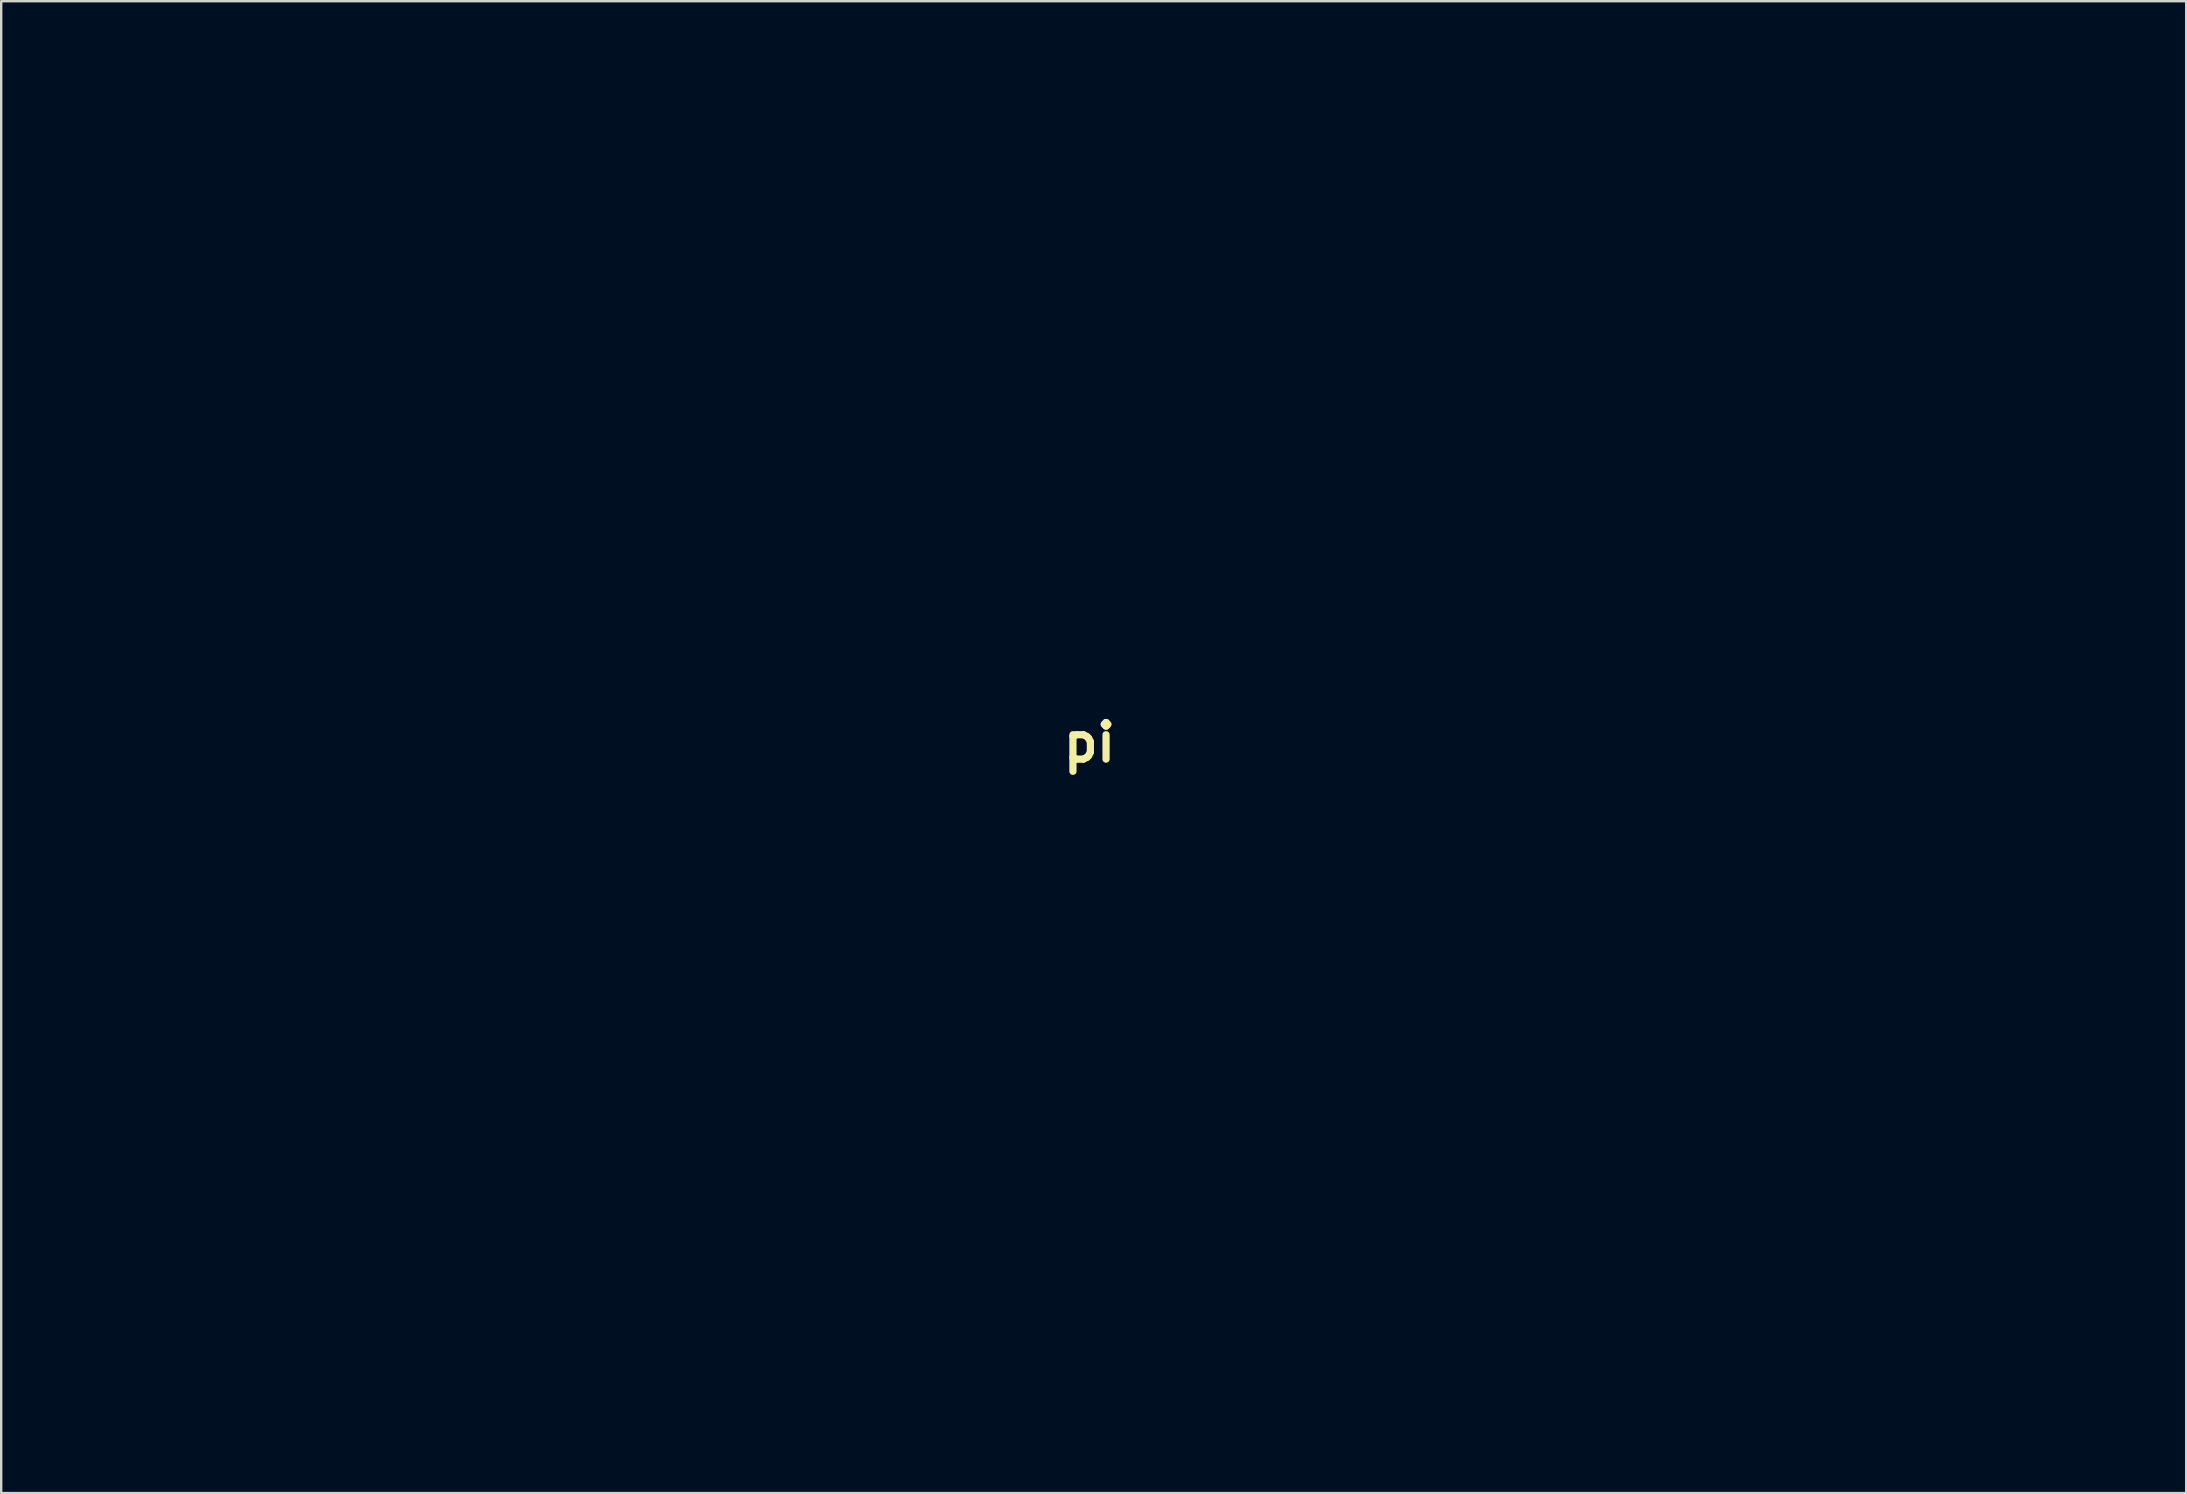
<source format=kicad_pcb>
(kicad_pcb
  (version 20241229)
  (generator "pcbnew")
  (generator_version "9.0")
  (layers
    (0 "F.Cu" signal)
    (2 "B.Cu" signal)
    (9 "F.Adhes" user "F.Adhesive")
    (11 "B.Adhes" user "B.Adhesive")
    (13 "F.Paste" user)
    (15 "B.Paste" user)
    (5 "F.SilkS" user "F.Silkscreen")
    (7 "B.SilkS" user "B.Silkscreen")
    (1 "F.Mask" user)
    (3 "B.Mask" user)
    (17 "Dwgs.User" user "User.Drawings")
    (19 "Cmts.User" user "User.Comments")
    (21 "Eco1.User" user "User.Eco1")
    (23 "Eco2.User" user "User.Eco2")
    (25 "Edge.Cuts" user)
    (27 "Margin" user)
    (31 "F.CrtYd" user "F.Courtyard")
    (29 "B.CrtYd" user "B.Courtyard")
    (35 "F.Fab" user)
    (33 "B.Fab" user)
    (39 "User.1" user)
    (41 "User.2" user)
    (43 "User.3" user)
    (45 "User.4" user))
  (footprint "pi"
    (layer "F.Cu")
    (at 42.338 27.885)
    (property "Reference" "pi" (at 0 0 0) (layer "F.SilkS") (effects (font (size 1.524 1.524) (thickness 0.3))))
    (attr through_hole)
    (fp_poly (pts (xy -31.028 20.84) (xy -30.865 21.414) (xy -30.912 21.591) (xy -31.377 21.868) (xy -31.899 21.742) (xy -32.103 21.364) (xy -31.888 20.769) (xy -31.428 20.569) (xy -31.028 20.84)) (stroke (width 0.01) (type solid)) (fill no) (layer "Eco1.User"))
    (fp_poly (pts (xy -16.326 5.586) (xy -16.228 5.997) (xy -16.448 6.572) (xy -16.757 6.703) (xy -17.188 6.409) (xy -17.286 5.997) (xy -17.066 5.423) (xy -16.757 5.292) (xy -16.326 5.586)) (stroke (width 0.01) (type solid)) (fill no) (layer "Eco1.User"))
    (fp_poly (pts (xy -11.034 5.586) (xy -10.936 5.997) (xy -11.157 6.572) (xy -11.465 6.703) (xy -11.896 6.409) (xy -11.994 5.997) (xy -11.774 5.423) (xy -11.465 5.292) (xy -11.034 5.586)) (stroke (width 0.01) (type solid)) (fill no) (layer "Eco1.User"))
    (fp_poly (pts (xy 4.149 -0.086) (xy 4.17 0.413) (xy 3.905 1.123) (xy 3.524 1.323) (xy 3.229 0.983) (xy 3.175 0.559) (xy 3.36 -0.181) (xy 3.729 -0.353) (xy 4.149 -0.086)) (stroke (width 0.01) (type solid)) (fill no) (layer "Eco1.User"))
    (fp_poly (pts (xy 9.041 -13.185) (xy 9.172 -12.876) (xy 8.878 -12.445) (xy 8.467 -12.347) (xy 7.892 -12.568) (xy 7.761 -12.876) (xy 8.055 -13.307) (xy 8.467 -13.406) (xy 9.041 -13.185)) (stroke (width 0.01) (type solid)) (fill no) (layer "Eco1.User"))
    (fp_poly (pts (xy 9.256 -17.929) (xy 9.349 -17.639) (xy 9.055 -17.141) (xy 8.731 -17) (xy 8.231 -17.123) (xy 8.114 -17.639) (xy 8.292 -18.218) (xy 8.731 -18.277) (xy 9.256 -17.929)) (stroke (width 0.01) (type solid)) (fill no) (layer "Eco1.User"))
    (fp_poly (pts (xy 15.771 1.012) (xy 15.875 1.587) (xy 15.691 2.297) (xy 15.346 2.469) (xy 14.92 2.163) (xy 14.817 1.587) (xy 15.001 0.878) (xy 15.346 0.706) (xy 15.771 1.012)) (stroke (width 0.01) (type solid)) (fill no) (layer "Eco1.User"))
    (fp_poly (pts (xy 16.465 27.738) (xy 16.513 27.843) (xy 16.343 28.165) (xy 16.051 28.222) (xy 15.612 28.043) (xy 15.59 27.843) (xy 15.954 27.479) (xy 16.051 27.464) (xy 16.465 27.738)) (stroke (width 0.01) (type solid)) (fill no) (layer "Eco1.User"))
    (fp_poly (pts (xy 22.538 27.45) (xy 22.578 27.693) (xy 22.387 28.163) (xy 22.225 28.222) (xy 21.912 27.936) (xy 21.872 27.693) (xy 22.063 27.224) (xy 22.225 27.164) (xy 22.538 27.45)) (stroke (width 0.01) (type solid)) (fill no) (layer "Eco1.User"))
    (fp_poly (pts (xy -13.108 -20.87) (xy -12.79 -20.495) (xy -12.803 -20.329) (xy -13.238 -19.906) (xy -13.884 -19.848) (xy -14.294 -20.12) (xy -14.319 -20.697) (xy -14.21 -20.856) (xy -13.69 -21.03) (xy -13.108 -20.87)) (stroke (width 0.01) (type solid)) (fill no) (layer "Eco1.User"))
    (fp_poly (pts (xy -9.497 -24.785) (xy -9.4 -24.71) (xy -9.277 -24.201) (xy -9.582 -23.732) (xy -9.878 -23.636) (xy -10.329 -23.893) (xy -10.431 -24.028) (xy -10.414 -24.485) (xy -10 -24.804) (xy -9.497 -24.785)) (stroke (width 0.01) (type solid)) (fill no) (layer "Eco1.User"))
    (fp_poly (pts (xy 6.959 18.637) (xy 7.056 19.029) (xy 6.89 19.713) (xy 6.51 19.992) (xy 6.223 19.864) (xy 5.993 19.296) (xy 6.102 18.674) (xy 6.48 18.347) (xy 6.526 18.344) (xy 6.959 18.637)) (stroke (width 0.01) (type solid)) (fill no) (layer "Eco1.User"))
    (fp_poly (pts (xy 14.692 13.984) (xy 14.817 14.287) (xy 14.536 14.687) (xy 13.926 14.824) (xy 13.339 14.629) (xy 13.298 14.591) (xy 13.205 14.167) (xy 13.637 13.838) (xy 14.132 13.758) (xy 14.692 13.984)) (stroke (width 0.01) (type solid)) (fill no) (layer "Eco1.User"))
    (fp_poly (pts (xy -13.847 -12.635) (xy -13.101 -12.377) (xy -12.876 -11.994) (xy -13.192 -11.551) (xy -13.847 -11.354) (xy -14.558 -11.374) (xy -14.804 -11.757) (xy -14.817 -11.994) (xy -14.685 -12.531) (xy -14.155 -12.661) (xy -13.847 -12.635)) (stroke (width 0.01) (type solid)) (fill no) (layer "Eco1.User"))
    (fp_poly (pts (xy -0.685 21.564) (xy -0.47 22.313) (xy -0.517 23.021) (xy -0.937 23.266) (xy -1.279 23.283) (xy -1.909 23.178) (xy -2.081 22.719) (xy -2.052 22.313) (xy -1.793 21.554) (xy -1.242 21.343) (xy -0.685 21.564)) (stroke (width 0.01) (type solid)) (fill no) (layer "Eco1.User"))
    (fp_poly (pts (xy 11.19 8.612) (xy 11.336 8.725) (xy 11.56 9.305) (xy 11.405 9.924) (xy 10.964 10.23) (xy 10.936 10.231) (xy 10.501 9.947) (xy 10.349 9.678) (xy 10.334 9.026) (xy 10.685 8.603) (xy 11.19 8.612)) (stroke (width 0.01) (type solid)) (fill no) (layer "Eco1.User"))
    (fp_poly (pts (xy 17.31 -12.311) (xy 17.575 -11.721) (xy 17.548 -11.172) (xy 17.122 -10.961) (xy 16.581 -10.936) (xy 15.817 -11.011) (xy 15.566 -11.335) (xy 15.586 -11.721) (xy 15.895 -12.345) (xy 16.581 -12.507) (xy 17.31 -12.311)) (stroke (width 0.01) (type solid)) (fill no) (layer "Eco1.User"))
    (fp_poly (pts (xy 14.26 0.856) (xy 14.461 1.442) (xy 14.464 1.587) (xy 14.321 2.256) (xy 13.753 2.465) (xy 13.571 2.469) (xy 12.822 2.289) (xy 12.481 1.957) (xy 12.461 1.206) (xy 13.033 0.777) (xy 13.603 0.706) (xy 14.26 0.856)) (stroke (width 0.01) (type solid)) (fill no) (layer "Eco1.User"))
    (fp_poly (pts (xy -3.463 -1.999) (xy -3.259 -1.505) (xy -3.252 -1.058) (xy -3.383 -0.29) (xy -3.812 -0.015) (xy -4.057 0) (xy -4.624 -0.148) (xy -4.841 -0.724) (xy -4.862 -1.058) (xy -4.79 -1.815) (xy -4.408 -2.092) (xy -4.057 -2.117) (xy -3.463 -1.999)) (stroke (width 0.01) (type solid)) (fill no) (layer "Eco1.User"))
    (fp_poly (pts (xy -32.419 -20.718) (xy -32.204 -19.849) (xy -32.171 -19.491) (xy -32.144 -18.545) (xy -32.3 -18.108) (xy -32.72 -17.993) (xy -32.808 -17.992) (xy -33.273 -18.076) (xy -33.463 -18.454) (xy -33.458 -19.313) (xy -33.446 -19.491) (xy -33.274 -20.539) (xy -32.936 -20.97) (xy -32.808 -20.99) (xy -32.419 -20.718)) (stroke (width 0.01) (type solid)) (fill no) (layer "Eco1.User"))
    (fp_poly (pts (xy -34.169 17.7) (xy -33.646 17.898) (xy -33.404 18.425) (xy -33.338 19.226) (xy -33.463 20.461) (xy -33.935 21.081) (xy -34.287 21.161) (xy -34.663 20.916) (xy -34.671 20.902) (xy -34.773 20.412) (xy -34.861 19.5) (xy -34.884 19.112) (xy -34.894 18.165) (xy -34.746 17.746) (xy -34.35 17.678) (xy -34.169 17.7)) (stroke (width 0.01) (type solid)) (fill no) (layer "Eco1.User"))
    (fp_poly (pts (xy -35.014 8.745) (xy -34.811 9.171) (xy -34.766 10.101) (xy -34.768 10.231) (xy -34.832 11.237) (xy -35.051 11.737) (xy -35.513 11.924) (xy -35.538 11.928) (xy -35.988 11.927) (xy -36.197 11.638) (xy -36.239 10.893) (xy -36.222 10.34) (xy -36.136 9.302) (xy -35.935 8.795) (xy -35.54 8.645) (xy -35.451 8.643) (xy -35.014 8.745)) (stroke (width 0.01) (type solid)) (fill no) (layer "Eco1.User"))
    (fp_poly (pts (xy -13.304 14.223) (xy -13.116 14.728) (xy -13.161 15.316) (xy -13.653 15.513) (xy -13.935 15.522) (xy -14.609 15.413) (xy -14.777 14.97) (xy -14.753 14.728) (xy -14.706 14.64) (xy -14.111 14.64) (xy -13.935 14.817) (xy -13.758 14.64) (xy -13.935 14.464) (xy -14.111 14.64) (xy -14.706 14.64) (xy -14.403 14.065) (xy -13.935 13.935) (xy -13.304 14.223)) (stroke (width 0.01) (type solid)) (fill no) (layer "Eco1.User"))
    (fp_poly (pts (xy 10.875 0.277) (xy 10.936 0.518) (xy 11.17 0.874) (xy 11.465 0.833) (xy 11.867 0.873) (xy 11.994 1.489) (xy 11.994 1.55) (xy 11.838 2.266) (xy 11.483 2.452) (xy 11.102 2.033) (xy 11.064 1.94) (xy 10.62 1.471) (xy 10.369 1.411) (xy 9.971 1.117) (xy 9.878 0.706) (xy 10.098 0.131) (xy 10.407 0) (xy 10.875 0.277)) (stroke (width 0.01) (type solid)) (fill no) (layer "Eco1.User"))
    (fp_poly (pts (xy 15.664 8.175) (xy 16.292 8.269) (xy 16.523 8.501) (xy 16.515 8.906) (xy 16.361 9.35) (xy 15.947 9.582) (xy 15.091 9.671) (xy 14.525 9.684) (xy 13.448 9.671) (xy 12.7 9.613) (xy 12.497 9.557) (xy 12.368 9.12) (xy 12.347 8.789) (xy 12.455 8.441) (xy 12.879 8.25) (xy 13.774 8.172) (xy 14.486 8.161) (xy 15.664 8.175)) (stroke (width 0.01) (type solid)) (fill no) (layer "Eco1.User"))
    (fp_poly (pts (xy 8.991 -3.277) (xy 9.172 -2.781) (xy 8.985 -2.29) (xy 8.317 -2.121) (xy 8.114 -2.117) (xy 7.334 -2.232) (xy 7.063 -2.649) (xy 7.056 -2.793) (xy 7.121 -2.999) (xy 7.761 -2.999) (xy 7.938 -2.822) (xy 8.114 -2.999) (xy 7.938 -3.175) (xy 7.761 -2.999) (xy 7.121 -2.999) (xy 7.255 -3.425) (xy 7.497 -3.617) (xy 8.35 -3.657) (xy 8.991 -3.277)) (stroke (width 0.01) (type solid)) (fill no) (layer "Eco1.User"))
    (fp_poly (pts (xy 9.002 -9.972) (xy 9.306 -9.582) (xy 9.386 -8.881) (xy 9.287 -7.944) (xy 8.956 -7.521) (xy 8.605 -7.036) (xy 8.467 -6.029) (xy 8.467 -5.959) (xy 8.405 -5.053) (xy 8.155 -4.659) (xy 7.746 -4.586) (xy 7.386 -4.637) (xy 7.18 -4.888) (xy 7.097 -5.482) (xy 7.103 -6.565) (xy 7.129 -7.32) (xy 7.232 -10.054) (xy 8.28 -10.054) (xy 9.002 -9.972)) (stroke (width 0.01) (type solid)) (fill no) (layer "Eco1.User"))
    (fp_poly (pts (xy 14.851 -18.642) (xy 15.057 -18.378) (xy 15.132 -17.753) (xy 15.114 -16.619) (xy 15.097 -16.168) (xy 14.953 -14.573) (xy 14.683 -13.663) (xy 14.288 -13.443) (xy 14.001 -13.633) (xy 13.879 -14.085) (xy 13.792 -15.036) (xy 13.758 -16.282) (xy 13.758 -16.287) (xy 13.778 -17.564) (xy 13.866 -18.29) (xy 14.069 -18.616) (xy 14.433 -18.697) (xy 14.479 -18.697) (xy 14.851 -18.642)) (stroke (width 0.01) (type solid)) (fill no) (layer "Eco1.User"))
    (fp_poly (pts (xy 9.353 -1.57) (xy 9.519 -0.969) (xy 9.525 -0.706) (xy 9.418 0.016) (xy 9.002 0.305) (xy 8.136 0.222) (xy 7.673 0.11) (xy 7.147 -0.287) (xy 7.133 -0.529) (xy 8.819 -0.529) (xy 8.996 -0.353) (xy 9.172 -0.529) (xy 8.996 -0.706) (xy 8.819 -0.529) (xy 7.133 -0.529) (xy 7.111 -0.885) (xy 7.537 -1.409) (xy 7.849 -1.542) (xy 8.848 -1.735) (xy 9.353 -1.57)) (stroke (width 0.01) (type solid)) (fill no) (layer "Eco1.User"))
    (fp_poly (pts (xy 9.594 8.93) (xy 9.867 9.343) (xy 9.878 9.525) (xy 9.711 10.041) (xy 9.093 10.223) (xy 8.819 10.231) (xy 8.045 10.12) (xy 7.772 9.707) (xy 7.772 9.701) (xy 8.467 9.701) (xy 8.643 9.878) (xy 8.819 9.701) (xy 8.643 9.525) (xy 8.467 9.701) (xy 7.772 9.701) (xy 7.761 9.525) (xy 7.927 9.009) (xy 8.546 8.827) (xy 8.819 8.819) (xy 9.594 8.93)) (stroke (width 0.01) (type solid)) (fill no) (layer "Eco1.User"))
    (fp_poly (pts (xy -3.656 -8.073) (xy -3.422 -7.854) (xy -3.315 -7.31) (xy -3.293 -6.295) (xy -3.305 -5.385) (xy -3.353 -3.974) (xy -3.459 -3.125) (xy -3.658 -2.693) (xy -3.969 -2.537) (xy -4.514 -2.49) (xy -4.632 -2.532) (xy -4.665 -2.913) (xy -4.709 -3.82) (xy -4.757 -5.075) (xy -4.767 -5.38) (xy -4.8 -6.753) (xy -4.764 -7.568) (xy -4.621 -7.968) (xy -4.333 -8.102) (xy -4.057 -8.114) (xy -3.656 -8.073)) (stroke (width 0.01) (type solid)) (fill no) (layer "Eco1.User"))
    (fp_poly (pts (xy 25.546 1.892) (xy 25.983 2.307) (xy 25.893 2.967) (xy 25.361 3.405) (xy 24.48 3.528) (xy 23.662 3.457) (xy 23.334 3.141) (xy 23.283 2.646) (xy 23.293 2.587) (xy 24.459 2.587) (xy 24.508 2.797) (xy 24.694 2.822) (xy 24.985 2.693) (xy 24.93 2.587) (xy 24.511 2.545) (xy 24.459 2.587) (xy 23.293 2.587) (xy 23.378 2.046) (xy 23.8 1.803) (xy 24.497 1.764) (xy 25.546 1.892)) (stroke (width 0.01) (type solid)) (fill no) (layer "Eco1.User"))
    (fp_poly (pts (xy 25.234 4.016) (xy 25.909 4.453) (xy 26.024 5.237) (xy 25.913 5.694) (xy 25.631 6.105) (xy 25.001 6.303) (xy 23.965 6.35) (xy 22.225 6.35) (xy 22.225 5.115) (xy 23.283 5.115) (xy 23.587 5.543) (xy 24.106 5.644) (xy 24.772 5.449) (xy 24.93 5.115) (xy 24.626 4.688) (xy 24.106 4.586) (xy 23.441 4.781) (xy 23.283 5.115) (xy 22.225 5.115) (xy 22.225 3.881) (xy 23.951 3.881) (xy 25.234 4.016)) (stroke (width 0.01) (type solid)) (fill no) (layer "Eco1.User"))
    (fp_poly (pts (xy -9.692 -10.348) (xy -9.383 -9.936) (xy -9.349 -9.525) (xy -9.469 -8.895) (xy -9.967 -8.61) (xy -10.498 -8.532) (xy -11.454 -8.593) (xy -11.858 -8.973) (xy -11.916 -9.525) (xy -10.936 -9.525) (xy -10.668 -9.182) (xy -10.583 -9.172) (xy -10.241 -9.441) (xy -10.231 -9.525) (xy -10.499 -9.868) (xy -10.583 -9.878) (xy -10.926 -9.609) (xy -10.936 -9.525) (xy -11.916 -9.525) (xy -11.953 -9.872) (xy -11.467 -10.409) (xy -10.498 -10.518) (xy -9.692 -10.348)) (stroke (width 0.01) (type solid)) (fill no) (layer "Eco1.User"))
    (fp_poly (pts (xy -35.983 -11.642) (xy -41.628 -11.642) (xy -41.628 -12.876) (xy -40.922 -12.876) (xy -40.76 -12.569) (xy -40.183 -12.404) (xy -39.061 -12.348) (xy -38.806 -12.347) (xy -37.577 -12.388) (xy -36.917 -12.532) (xy -36.693 -12.813) (xy -36.689 -12.876) (xy -36.851 -13.184) (xy -37.428 -13.349) (xy -38.551 -13.405) (xy -38.806 -13.406) (xy -40.035 -13.365) (xy -40.694 -13.221) (xy -40.918 -12.94) (xy -40.922 -12.876) (xy -41.628 -12.876) (xy -41.628 -14.111) (xy -35.983 -14.111) (xy -35.983 -11.642)) (stroke (width 0.01) (type solid)) (fill no) (layer "Eco1.User"))
    (fp_poly (pts (xy -10.785 -12.642) (xy -10.672 -12.633) (xy -9.771 -12.478) (xy -9.396 -12.141) (xy -9.349 -11.818) (xy -9.5 -11.325) (xy -10.074 -11.078) (xy -10.672 -11.003) (xy -11.538 -10.978) (xy -11.91 -11.181) (xy -11.994 -11.739) (xy -11.994 -11.818) (xy -11.988 -11.877) (xy -10.819 -11.877) (xy -10.77 -11.667) (xy -10.583 -11.642) (xy -10.293 -11.771) (xy -10.348 -11.877) (xy -10.767 -11.919) (xy -10.819 -11.877) (xy -11.988 -11.877) (xy -11.928 -12.418) (xy -11.593 -12.651) (xy -10.785 -12.642)) (stroke (width 0.01) (type solid)) (fill no) (layer "Eco1.User"))
    (fp_poly (pts (xy 22.821 -16.665) (xy 23.066 -16.25) (xy 23.107 -15.522) (xy 23.021 -14.656) (xy 22.679 -14.267) (xy 22.312 -14.175) (xy 21.583 -14.291) (xy 21.314 -14.59) (xy 21.198 -15.356) (xy 21.206 -15.522) (xy 21.872 -15.522) (xy 22.141 -15.18) (xy 22.225 -15.169) (xy 22.568 -15.438) (xy 22.578 -15.522) (xy 22.309 -15.865) (xy 22.225 -15.875) (xy 21.882 -15.607) (xy 21.872 -15.522) (xy 21.206 -15.522) (xy 21.227 -15.938) (xy 21.524 -16.584) (xy 22.225 -16.757) (xy 22.821 -16.665)) (stroke (width 0.01) (type solid)) (fill no) (layer "Eco1.User"))
    (fp_poly (pts (xy -18.762 9.241) (xy -18.875 9.947) (xy -19.168 10.306) (xy -19.841 10.46) (xy -20.553 10.515) (xy -21.689 10.515) (xy -22.284 10.309) (xy -22.435 10.094) (xy -22.58 9.349) (xy -21.519 9.349) (xy -21.213 9.774) (xy -20.637 9.878) (xy -19.928 9.694) (xy -19.756 9.349) (xy -20.062 8.923) (xy -20.637 8.819) (xy -21.347 9.003) (xy -21.519 9.349) (xy -22.58 9.349) (xy -22.615 9.173) (xy -22.265 8.583) (xy -21.325 8.264) (xy -20.522 8.183) (xy -18.65 8.075) (xy -18.762 9.241)) (stroke (width 0.01) (type solid)) (fill no) (layer "Eco1.User"))
    (fp_poly (pts (xy 19.649 23.405) (xy 20.403 23.862) (xy 20.759 24.603) (xy 20.601 25.455) (xy 20.278 25.885) (xy 19.366 26.407) (xy 18.458 26.255) (xy 17.815 25.626) (xy 17.523 24.817) (xy 18.128 24.817) (xy 18.201 25.183) (xy 18.664 25.645) (xy 19.307 25.662) (xy 19.817 25.288) (xy 19.932 24.876) (xy 19.649 24.274) (xy 19.016 24.005) (xy 18.358 24.193) (xy 18.295 24.25) (xy 18.128 24.817) (xy 17.523 24.817) (xy 17.459 24.64) (xy 17.752 23.863) (xy 18.614 23.405) (xy 19.649 23.405)) (stroke (width 0.01) (type solid)) (fill no) (layer "Eco1.User"))
    (fp_poly (pts (xy -37.816 23.545) (xy -37.242 24.2) (xy -37.181 25.054) (xy -37.57 25.751) (xy -38.261 26.286) (xy -38.806 26.458) (xy -39.479 26.212) (xy -40.042 25.751) (xy -40.456 24.893) (xy -39.834 24.893) (xy -39.551 25.448) (xy -38.903 25.7) (xy -38.719 25.689) (xy -38.054 25.339) (xy -37.924 24.876) (xy -38.204 24.27) (xy -38.837 24.012) (xy -39.512 24.211) (xy -39.595 24.285) (xy -39.834 24.893) (xy -40.456 24.893) (xy -40.463 24.879) (xy -40.293 24.049) (xy -39.63 23.456) (xy -38.806 23.283) (xy -37.816 23.545)) (stroke (width 0.01) (type solid)) (fill no) (layer "Eco1.User"))
    (fp_poly (pts (xy -24.949 9.654) (xy -24.318 9.89) (xy -23.867 10.483) (xy -23.62 11.501) (xy -23.577 12.697) (xy -23.738 13.821) (xy -24.103 14.623) (xy -24.318 14.804) (xy -25.45 15.118) (xy -26.733 15.081) (xy -27.605 14.788) (xy -28.024 14.191) (xy -28.244 13.17) (xy -28.268 11.975) (xy -28.166 11.289) (xy -27.517 11.289) (xy -27.517 14.111) (xy -24.342 14.111) (xy -24.342 11.289) (xy -27.517 11.289) (xy -28.166 11.289) (xy -28.101 10.857) (xy -27.744 10.065) (xy -27.54 9.89) (xy -26.304 9.556) (xy -24.949 9.654)) (stroke (width 0.01) (type solid)) (fill no) (layer "Eco1.User"))
    (fp_poly (pts (xy 19.956 -25.593) (xy 20.676 -24.816) (xy 20.717 -23.94) (xy 20.169 -23.162) (xy 19.235 -22.632) (xy 18.392 -22.799) (xy 17.815 -23.41) (xy 17.486 -24.384) (xy 18.062 -24.384) (xy 18.309 -23.856) (xy 18.342 -23.815) (xy 19.024 -23.38) (xy 19.67 -23.525) (xy 20.036 -24.193) (xy 20.039 -24.212) (xy 19.879 -24.918) (xy 19.322 -25.242) (xy 18.62 -25.079) (xy 18.4 -24.902) (xy 18.062 -24.384) (xy 17.486 -24.384) (xy 17.484 -24.392) (xy 17.703 -25.234) (xy 18.325 -25.786) (xy 19.204 -25.898) (xy 19.956 -25.593)) (stroke (width 0.01) (type solid)) (fill no) (layer "Eco1.User"))
    (fp_poly (pts (xy 20.272 0.519) (xy 20.454 1.138) (xy 20.461 1.411) (xy 20.35 2.186) (xy 19.938 2.459) (xy 19.756 2.469) (xy 19.182 2.338) (xy 19.05 2.156) (xy 18.761 1.914) (xy 18.433 1.891) (xy 17.914 1.689) (xy 17.815 1.411) (xy 17.934 1.235) (xy 19.756 1.235) (xy 19.932 1.411) (xy 20.108 1.235) (xy 19.932 1.058) (xy 19.756 1.235) (xy 17.934 1.235) (xy 18.099 0.989) (xy 18.433 0.931) (xy 18.954 0.826) (xy 19.05 0.666) (xy 19.346 0.411) (xy 19.756 0.353) (xy 20.272 0.519)) (stroke (width 0.01) (type solid)) (fill no) (layer "Eco1.User"))
    (fp_poly (pts (xy -38.142 -25.775) (xy -37.372 -25.052) (xy -37.259 -24.116) (xy -37.571 -23.41) (xy -38.34 -22.707) (xy -39.216 -22.684) (xy -40.017 -23.258) (xy -40.409 -24.098) (xy -40.378 -24.293) (xy -39.743 -24.293) (xy -39.651 -23.642) (xy -39.161 -23.293) (xy -39.036 -23.283) (xy -38.413 -23.533) (xy -38.085 -23.83) (xy -37.827 -24.35) (xy -38.123 -24.866) (xy -38.218 -24.964) (xy -38.716 -25.359) (xy -39.125 -25.217) (xy -39.383 -24.974) (xy -39.743 -24.293) (xy -40.378 -24.293) (xy -40.274 -24.948) (xy -39.749 -25.626) (xy -38.97 -25.949) (xy -38.142 -25.775)) (stroke (width 0.01) (type solid)) (fill no) (layer "Eco1.User"))
    (fp_poly (pts (xy 1.469 -1.681) (xy 1.849 -1.359) (xy 2.367 -0.815) (xy 2.537 -0.259) (xy 2.423 0.599) (xy 2.349 0.934) (xy 2.073 1.899) (xy 1.727 2.349) (xy 1.157 2.468) (xy 1.062 2.469) (xy 0.559 2.434) (xy 0.276 2.221) (xy 0.146 1.672) (xy 0.103 0.626) (xy 0.097 0.176) (xy 0.102 0) (xy 1.114 0) (xy 1.169 0.501) (xy 1.292 0.441) (xy 1.339 -0.281) (xy 1.292 -0.441) (xy 1.163 -0.485) (xy 1.114 0) (xy 0.102 0) (xy 0.139 -1.215) (xy 0.346 -1.957) (xy 0.771 -2.097) (xy 1.469 -1.681)) (stroke (width 0.01) (type solid)) (fill no) (layer "Eco1.User"))
    (fp_poly (pts (xy 18.83 -17.217) (xy 19.247 -17.091) (xy 19.472 -16.763) (xy 19.541 -16.08) (xy 19.486 -14.889) (xy 19.456 -14.464) (xy 19.138 -13.867) (xy 18.736 -13.758) (xy 18.25 -13.946) (xy 17.98 -14.614) (xy 17.907 -15.081) (xy 17.875 -15.699) (xy 18.697 -15.699) (xy 18.874 -15.522) (xy 19.05 -15.699) (xy 18.874 -15.875) (xy 18.697 -15.699) (xy 17.875 -15.699) (xy 17.841 -16.34) (xy 17.861 -16.404) (xy 18.697 -16.404) (xy 18.874 -16.228) (xy 19.05 -16.404) (xy 18.874 -16.581) (xy 18.697 -16.404) (xy 17.861 -16.404) (xy 18.055 -17.027) (xy 18.589 -17.235) (xy 18.83 -17.217)) (stroke (width 0.01) (type solid)) (fill no) (layer "Eco1.User"))
    (fp_poly (pts (xy 15.081 -10.505) (xy 19.932 -10.407) (xy 20.031 -6.047) (xy 20.046 -3.782) (xy 19.969 -2.214) (xy 19.802 -1.338) (xy 19.724 -1.196) (xy 19.343 -0.97) (xy 18.579 -0.825) (xy 17.329 -0.749) (xy 15.491 -0.732) (xy 15.214 -0.733) (xy 13.553 -0.759) (xy 12.134 -0.808) (xy 11.116 -0.872) (xy 10.672 -0.939) (xy 10.477 -1.24) (xy 10.344 -2.008) (xy 10.264 -3.315) (xy 10.232 -5.235) (xy 10.231 -5.86) (xy 10.231 -9.878) (xy 10.936 -9.878) (xy 10.936 -1.411) (xy 19.403 -1.411) (xy 19.403 -9.878) (xy 10.936 -9.878) (xy 10.231 -9.878) (xy 10.231 -10.603) (xy 15.081 -10.505)) (stroke (width 0.01) (type solid)) (fill no) (layer "Eco1.User"))
    (fp_poly (pts (xy 25.652 -26.073) (xy 25.967 -25.859) (xy 26.087 -25.291) (xy 26.106 -24.195) (xy 26.106 -24.165) (xy 26.088 -23.056) (xy 25.971 -22.479) (xy 25.661 -22.26) (xy 25.063 -22.225) (xy 25.047 -22.225) (xy 24.442 -22.258) (xy 24.127 -22.471) (xy 24.008 -23.039) (xy 23.989 -24.136) (xy 23.989 -24.165) (xy 24.694 -24.165) (xy 24.801 -23.502) (xy 25.006 -23.283) (xy 25.298 -23.585) (xy 25.486 -24.165) (xy 25.471 -24.88) (xy 25.175 -25.047) (xy 24.803 -24.742) (xy 24.694 -24.165) (xy 23.989 -24.165) (xy 24.007 -25.275) (xy 24.123 -25.852) (xy 24.433 -26.071) (xy 25.031 -26.106) (xy 25.047 -26.106) (xy 25.652 -26.073)) (stroke (width 0.01) (type solid)) (fill no) (layer "Eco1.User"))
    (fp_poly (pts (xy -30.888 8.347) (xy -30.217 8.759) (xy -29.736 9.727) (xy -29.687 10.873) (xy -30.065 11.875) (xy -30.278 12.116) (xy -31.247 12.597) (xy -32.392 12.646) (xy -33.395 12.268) (xy -33.636 12.055) (xy -34.049 11.224) (xy -34.122 10.71) (xy -33.648 10.71) (xy -33.387 11.561) (xy -33.381 11.571) (xy -32.817 11.911) (xy -31.943 11.971) (xy -31.094 11.764) (xy -30.709 11.487) (xy -30.433 10.774) (xy -30.402 9.987) (xy -30.598 9.282) (xy -31.123 8.968) (xy -31.685 8.884) (xy -32.619 8.906) (xy -33.269 9.116) (xy -33.285 9.129) (xy -33.61 9.777) (xy -33.648 10.71) (xy -34.122 10.71) (xy -34.205 10.131) (xy -34.091 9.1) (xy -33.796 8.537) (xy -33.027 8.184) (xy -31.949 8.127) (xy -30.888 8.347)) (stroke (width 0.01) (type solid)) (fill no) (layer "Eco1.User"))
    (fp_poly (pts (xy -28.598 17.792) (xy -28.427 17.853) (xy -27.946 18.288) (xy -27.943 18.834) (xy -28.31 19.14) (xy -28.548 19.385) (xy -28.25 19.896) (xy -28.236 19.913) (xy -27.917 20.442) (xy -28.155 20.845) (xy -28.391 21.028) (xy -29.333 21.467) (xy -30.125 21.398) (xy -30.583 20.838) (xy -30.589 20.814) (xy -30.869 20.242) (xy -31.086 20.108) (xy -31.362 19.822) (xy -31.397 19.579) (xy -31.326 19.403) (xy -29.986 19.403) (xy -29.884 20.146) (xy -29.638 20.461) (xy -29.633 20.461) (xy -29.386 20.155) (xy -29.281 19.416) (xy -29.281 19.403) (xy -29.383 18.66) (xy -29.629 18.345) (xy -29.633 18.344) (xy -29.881 18.651) (xy -29.986 19.39) (xy -29.986 19.403) (xy -31.326 19.403) (xy -31.207 19.11) (xy -31.044 19.05) (xy -30.758 18.755) (xy -30.692 18.344) (xy -30.401 17.809) (xy -29.646 17.612) (xy -28.598 17.792)) (stroke (width 0.01) (type solid)) (fill no) (layer "Eco1.User"))
    (fp_poly (pts (xy -18.739 21.093) (xy -18.709 21.715) (xy -18.863 22.36) (xy -19.138 22.697) (xy -19.398 22.856) (xy -19.138 22.903) (xy -18.776 23.222) (xy -18.697 23.619) (xy -18.774 24.002) (xy -19.11 24.2) (xy -19.867 24.263) (xy -20.814 24.25) (xy -21.93 24.177) (xy -22.697 24.046) (xy -22.931 23.913) (xy -23.217 23.667) (xy -23.46 23.636) (xy -23.886 23.331) (xy -23.989 22.782) (xy -23.956 22.657) (xy -22.579 22.657) (xy -22.343 23.048) (xy -21.774 23.282) (xy -21.007 23.277) (xy -20.35 23.072) (xy -20.108 22.754) (xy -20.376 22.363) (xy -21.231 22.226) (xy -21.343 22.225) (xy -22.283 22.336) (xy -22.579 22.657) (xy -23.956 22.657) (xy -23.814 22.111) (xy -23.165 21.754) (xy -22.935 21.697) (xy -22.125 21.436) (xy -21.684 21.147) (xy -21.273 21.056) (xy -20.806 21.253) (xy -20.161 21.501) (xy -19.694 21.246) (xy -19.173 20.869) (xy -18.979 20.814) (xy -18.739 21.093)) (stroke (width 0.01) (type solid)) (fill no) (layer "Eco1.User"))
    (fp_poly (pts (xy -9.516 -8.325) (xy -8.122 -8.295) (xy -7.217 -8.252) (xy -6.967 -8.221) (xy -6.743 -8.107) (xy -6.58 -7.828) (xy -6.469 -7.285) (xy -6.4 -6.381) (xy -6.364 -5.015) (xy -6.351 -3.089) (xy -6.35 -1.954) (xy -6.358 0.296) (xy -6.387 1.939) (xy -6.446 3.07) (xy -6.544 3.786) (xy -6.688 4.185) (xy -6.888 4.364) (xy -6.908 4.372) (xy -7.439 4.445) (xy -8.541 4.508) (xy -10.08 4.555) (xy -11.921 4.582) (xy -13.093 4.586) (xy -15.347 4.571) (xy -16.976 4.523) (xy -18.058 4.436) (xy -18.673 4.302) (xy -18.894 4.132) (xy -18.946 3.643) (xy -18.98 2.574) (xy -18.995 1.054) (xy -18.989 -0.793) (xy -18.971 -2.306) (xy -18.882 -7.761) (xy -18.344 -7.761) (xy -18.344 3.881) (xy -7.056 3.881) (xy -7.056 -7.761) (xy -18.344 -7.761) (xy -18.882 -7.761) (xy -18.874 -8.29) (xy -13.229 -8.333) (xy -11.264 -8.338) (xy -9.516 -8.325)) (stroke (width 0.01) (type solid)) (fill no) (layer "Eco1.User"))
    (fp_poly (pts (xy -23.382 17.933) (xy -23.283 18.344) (xy -23.504 18.919) (xy -23.812 19.05) (xy -24.282 19.22) (xy -24.342 19.365) (xy -24.061 19.751) (xy -23.812 19.883) (xy -23.377 20.362) (xy -23.283 20.803) (xy -23.501 21.386) (xy -23.812 21.519) (xy -24.283 21.371) (xy -24.342 21.246) (xy -24.652 21.104) (xy -25.428 21.082) (xy -25.748 21.106) (xy -26.683 21.137) (xy -27.182 20.917) (xy -27.5 20.329) (xy -27.511 20.299) (xy -27.633 19.351) (xy -27.009 19.351) (xy -26.988 19.403) (xy -26.5 19.678) (xy -25.929 19.756) (xy -25.19 19.622) (xy -24.871 19.403) (xy -25.021 19.164) (xy -25.743 19.053) (xy -25.929 19.05) (xy -26.743 19.132) (xy -27.009 19.351) (xy -27.633 19.351) (xy -27.657 19.166) (xy -27.23 18.3) (xy -26.323 17.848) (xy -25.929 17.815) (xy -25.091 17.923) (xy -24.612 18.168) (xy -24.38 18.27) (xy -24.347 18.08) (xy -24.058 17.689) (xy -23.812 17.639) (xy -23.382 17.933)) (stroke (width 0.01) (type solid)) (fill no) (layer "Eco1.User"))
    (fp_poly (pts (xy -7.242 14.297) (xy -6.397 14.356) (xy -5.959 14.514) (xy -5.777 14.818) (xy -5.712 15.226) (xy -5.604 16.164) (xy -11.682 16.164) (xy -11.574 15.226) (xy -11.564 15.169) (xy -10.936 15.169) (xy -10.807 15.46) (xy -10.701 15.405) (xy -10.677 15.169) (xy -9.525 15.169) (xy -9.396 15.46) (xy -9.29 15.405) (xy -9.266 15.169) (xy -8.114 15.169) (xy -7.985 15.46) (xy -7.879 15.405) (xy -7.855 15.169) (xy -6.703 15.169) (xy -6.434 15.512) (xy -6.35 15.522) (xy -6.007 15.254) (xy -5.997 15.169) (xy -6.266 14.827) (xy -6.35 14.817) (xy -6.693 15.085) (xy -6.703 15.169) (xy -7.855 15.169) (xy -7.836 14.986) (xy -7.879 14.934) (xy -8.088 14.983) (xy -8.114 15.169) (xy -9.266 15.169) (xy -9.248 14.986) (xy -9.29 14.934) (xy -9.5 14.983) (xy -9.525 15.169) (xy -10.677 15.169) (xy -10.659 14.986) (xy -10.701 14.934) (xy -10.911 14.983) (xy -10.936 15.169) (xy -11.564 15.169) (xy -11.492 14.76) (xy -11.281 14.482) (xy -10.79 14.342) (xy -9.869 14.293) (xy -8.643 14.287) (xy -7.242 14.297)) (stroke (width 0.01) (type solid)) (fill no) (layer "Eco1.User"))
    (fp_poly (pts (xy -20.577 12.508) (xy -20.324 12.901) (xy -19.894 13.284) (xy -19.36 13.216) (xy -18.595 13.236) (xy -18.185 13.731) (xy -18.237 14.341) (xy -18.704 14.653) (xy -19.309 14.588) (xy -19.943 14.512) (xy -20.05 14.781) (xy -20.027 14.855) (xy -19.585 15.214) (xy -19.099 15.262) (xy -18.503 15.331) (xy -18.344 15.526) (xy -18.349 16.117) (xy -18.349 16.14) (xy -18.646 16.389) (xy -18.966 16.455) (xy -19.761 16.521) (xy -20.02 16.543) (xy -20.412 16.865) (xy -20.461 17.11) (xy -20.753 17.544) (xy -21.139 17.639) (xy -21.736 17.349) (xy -22.049 16.581) (xy -22.305 15.84) (xy -22.599 15.522) (xy -22.606 15.522) (xy -22.894 15.236) (xy -22.931 14.993) (xy -22.868 14.817) (xy -21.519 14.817) (xy -21.417 15.56) (xy -21.171 15.875) (xy -21.167 15.875) (xy -20.919 15.568) (xy -20.814 14.83) (xy -20.814 14.817) (xy -20.916 14.074) (xy -21.162 13.758) (xy -21.167 13.758) (xy -21.414 14.065) (xy -21.519 14.803) (xy -21.519 14.817) (xy -22.868 14.817) (xy -22.764 14.523) (xy -22.622 14.464) (xy -22.345 14.159) (xy -22.105 13.424) (xy -22.102 13.406) (xy -21.731 12.641) (xy -21.15 12.322) (xy -20.577 12.508)) (stroke (width 0.01) (type solid)) (fill no) (layer "Eco1.User"))
    (fp_poly (pts (xy 12.196 -18.899) (xy 12.734 -18.671) (xy 12.985 -18.201) (xy 13.052 -17.275) (xy 13.053 -17.103) (xy 12.989 -16.159) (xy 12.826 -15.593) (xy 12.731 -15.522) (xy 12.502 -15.251) (xy 12.696 -14.432) (xy 12.875 -13.987) (xy 12.927 -13.301) (xy 12.721 -13.066) (xy 12.397 -12.644) (xy 12.405 -12.484) (xy 12.227 -12.218) (xy 11.619 -12.085) (xy 10.848 -12.095) (xy 10.179 -12.258) (xy 9.973 -12.393) (xy 9.733 -12.93) (xy 9.929 -13.291) (xy 10.084 -13.758) (xy 10.936 -13.758) (xy 11.075 -12.963) (xy 11.401 -12.7) (xy 11.75 -13.016) (xy 11.866 -13.758) (xy 11.728 -14.553) (xy 11.401 -14.817) (xy 11.052 -14.501) (xy 10.936 -13.758) (xy 10.084 -13.758) (xy 10.121 -13.87) (xy 9.901 -14.259) (xy 9.695 -14.74) (xy 10.073 -15.088) (xy 10.446 -15.386) (xy 10.184 -15.6) (xy 10.168 -15.606) (xy 9.84 -16.033) (xy 9.794 -17.009) (xy 9.812 -17.234) (xy 9.834 -17.316) (xy 10.936 -17.316) (xy 11.075 -16.491) (xy 11.411 -16.228) (xy 11.766 -16.536) (xy 11.835 -17.174) (xy 11.65 -17.991) (xy 11.324 -18.267) (xy 11.031 -17.976) (xy 10.936 -17.316) (xy 9.834 -17.316) (xy 10.116 -18.389) (xy 10.787 -18.954) (xy 11.884 -18.967) (xy 12.196 -18.899)) (stroke (width 0.01) (type solid)) (fill no) (layer "Eco1.User"))
    (fp_poly (pts (xy 18.219 19.422) (xy 18.797 19.539) (xy 19.016 19.845) (xy 19.05 20.417) (xy 19.174 21.173) (xy 19.692 21.539) (xy 20.108 21.643) (xy 21.073 22.143) (xy 21.925 23.09) (xy 22.473 24.232) (xy 22.576 24.902) (xy 22.371 25.627) (xy 21.853 26.57) (xy 21.608 26.918) (xy 20.898 27.733) (xy 20.205 28.106) (xy 19.192 28.205) (xy 19.05 28.207) (xy 18 28.149) (xy 17.335 27.851) (xy 16.74 27.154) (xy 16.625 26.987) (xy 15.967 25.556) (xy 15.934 25.078) (xy 16.498 25.078) (xy 16.876 26.279) (xy 17.286 26.811) (xy 18.342 27.417) (xy 19.563 27.442) (xy 20.728 26.896) (xy 21.006 26.651) (xy 21.734 25.528) (xy 21.762 24.332) (xy 21.141 23.155) (xy 20.161 22.424) (xy 18.944 22.22) (xy 17.743 22.565) (xy 17.346 22.842) (xy 16.656 23.85) (xy 16.498 25.078) (xy 15.934 25.078) (xy 15.869 24.145) (xy 16.306 22.913) (xy 17.254 22.016) (xy 17.415 21.932) (xy 17.79 21.706) (xy 17.637 21.592) (xy 16.874 21.547) (xy 16.669 21.543) (xy 15.727 21.492) (xy 15.295 21.282) (xy 15.174 20.772) (xy 15.169 20.461) (xy 16.228 20.461) (xy 16.53 20.726) (xy 17.11 20.814) (xy 17.773 20.693) (xy 17.992 20.461) (xy 17.69 20.196) (xy 17.11 20.108) (xy 16.447 20.229) (xy 16.228 20.461) (xy 15.169 20.461) (xy 15.202 19.856) (xy 15.416 19.541) (xy 15.984 19.422) (xy 17.08 19.403) (xy 17.11 19.403) (xy 18.219 19.422)) (stroke (width 0.01) (type solid)) (fill no) (layer "Eco1.User"))
    (fp_poly (pts (xy -16.423 12.912) (xy -15.929 13.498) (xy -15.871 14.255) (xy -15.983 14.506) (xy -16.158 15.203) (xy -15.899 15.67) (xy -15.651 16.132) (xy -15.832 16.228) (xy -16.183 16.513) (xy -16.228 16.757) (xy -16.14 16.944) (xy -15.819 17.082) (xy -15.175 17.178) (xy -14.122 17.239) (xy -12.57 17.273) (xy -10.432 17.285) (xy -9.525 17.286) (xy -2.822 17.286) (xy -2.822 22.754) (xy -2.844 24.957) (xy -2.908 26.64) (xy -3.01 27.743) (xy -3.146 28.21) (xy -3.175 28.222) (xy -3.32 27.88) (xy -3.431 26.897) (xy -3.501 25.334) (xy -3.528 23.256) (xy -3.528 23.107) (xy -3.528 17.992) (xy -17.286 17.992) (xy -17.286 23.107) (xy -17.31 25.216) (xy -17.378 26.813) (xy -17.485 27.836) (xy -17.629 28.221) (xy -17.639 28.222) (xy -17.783 27.88) (xy -17.893 26.894) (xy -17.964 25.326) (xy -17.991 23.238) (xy -17.992 23.001) (xy -17.966 20.619) (xy -17.886 18.905) (xy -17.751 17.826) (xy -17.568 17.357) (xy -17.36 16.996) (xy -17.521 16.933) (xy -17.736 16.604) (xy -17.808 16.022) (xy -16.905 16.022) (xy -16.841 16.48) (xy -16.72 16.485) (xy -16.636 16.013) (xy -16.692 15.809) (xy -16.849 15.675) (xy -16.905 16.022) (xy -17.808 16.022) (xy -17.848 15.702) (xy -17.856 14.91) (xy -17.802 13.905) (xy -16.905 13.905) (xy -16.841 14.363) (xy -16.72 14.368) (xy -16.636 13.896) (xy -16.692 13.692) (xy -16.849 13.559) (xy -16.905 13.905) (xy -17.802 13.905) (xy -17.792 13.723) (xy -17.626 13.074) (xy -17.304 12.797) (xy -17.171 12.762) (xy -16.423 12.912)) (stroke (width 0.01) (type solid)) (fill no) (layer "Eco1.User"))
    (fp_poly (pts (xy -34.213 13.289) (xy -31.921 13.365) (xy -31.309 13.392) (xy -29.633 13.469) (xy -29.633 14.848) (xy -29.674 15.737) (xy -29.909 16.122) (xy -30.509 16.204) (xy -30.78 16.199) (xy -31.75 16.222) (xy -33.093 16.309) (xy -34.219 16.413) (xy -35.427 16.504) (xy -36.338 16.504) (xy -36.738 16.421) (xy -37.202 16.264) (xy -38.098 16.145) (xy -38.502 16.119) (xy -39.458 16.046) (xy -39.903 15.827) (xy -40.033 15.299) (xy -40.04 14.817) (xy -39.511 14.817) (xy -39.243 15.159) (xy -39.158 15.169) (xy -38.816 14.901) (xy -38.806 14.817) (xy -37.747 14.817) (xy -37.479 15.159) (xy -37.394 15.169) (xy -37.052 14.901) (xy -37.042 14.817) (xy -37.226 14.581) (xy -35.983 14.581) (xy -35.863 15.413) (xy -35.385 15.792) (xy -34.513 15.875) (xy -33.804 15.78) (xy -33.543 15.348) (xy -33.514 14.817) (xy -33.527 14.68) (xy -32.687 14.68) (xy -32.632 14.817) (xy -32.315 15.153) (xy -32.258 15.169) (xy -32.107 14.897) (xy -32.103 14.817) (xy -30.692 14.817) (xy -30.423 15.159) (xy -30.339 15.169) (xy -29.996 14.901) (xy -29.986 14.817) (xy -30.255 14.474) (xy -30.339 14.464) (xy -30.681 14.732) (xy -30.692 14.817) (xy -32.103 14.817) (xy -32.374 14.477) (xy -32.476 14.464) (xy -32.687 14.68) (xy -33.527 14.68) (xy -33.583 14.106) (xy -33.932 13.814) (xy -34.749 13.758) (xy -35.587 13.828) (xy -35.93 14.126) (xy -35.983 14.581) (xy -37.226 14.581) (xy -37.31 14.474) (xy -37.394 14.464) (xy -37.737 14.732) (xy -37.747 14.817) (xy -38.806 14.817) (xy -39.074 14.474) (xy -39.158 14.464) (xy -39.501 14.732) (xy -39.511 14.817) (xy -40.04 14.817) (xy -39.954 13.95) (xy -39.612 13.561) (xy -39.247 13.469) (xy -38.604 13.55) (xy -38.447 13.822) (xy -38.36 14.069) (xy -38.115 13.77) (xy -37.772 13.523) (xy -37.06 13.364) (xy -35.9 13.287) (xy -34.213 13.289)) (stroke (width 0.01) (type solid)) (fill no) (layer "Eco1.User"))
    (fp_poly (pts (xy 0.982 -27.864) (xy 42.653 -27.847) (xy 42.677 -0.526) (xy 42.682 4.508) (xy 42.684 8.884) (xy 42.683 12.649) (xy 42.677 15.851) (xy 42.666 18.538) (xy 42.649 20.756) (xy 42.623 22.555) (xy 42.588 23.98) (xy 42.543 25.079) (xy 42.487 25.901) (xy 42.418 26.492) (xy 42.336 26.901) (xy 42.238 27.174) (xy 42.125 27.358) (xy 41.994 27.503) (xy 41.988 27.509) (xy 41.187 28.033) (xy 40.481 28.194) (xy 40.019 28.121) (xy 40.217 27.972) (xy 40.943 27.565) (xy 41.613 26.99) (xy 41.97 26.476) (xy 41.981 26.404) (xy 41.643 26.325) (xy 40.691 26.254) (xy 39.215 26.194) (xy 37.306 26.147) (xy 35.055 26.117) (xy 32.553 26.106) (xy 32.456 26.106) (xy 22.931 26.106) (xy 22.931 23.873) (xy 22.912 22.659) (xy 22.817 21.992) (xy 22.59 21.714) (xy 22.174 21.667) (xy 22.137 21.668) (xy 21.519 21.444) (xy 21.284 20.893) (xy 21.432 20.276) (xy 21.963 19.859) (xy 22.14 19.819) (xy 22.781 19.523) (xy 22.885 19.061) (xy 22.436 18.687) (xy 22.211 18.634) (xy 21.586 18.367) (xy 21.59 17.972) (xy 22.213 17.609) (xy 22.292 17.586) (xy 22.36 17.477) (xy 21.83 17.387) (xy 20.811 17.33) (xy 20.373 17.321) (xy 18.994 17.319) (xy 18.176 17.378) (xy 17.775 17.535) (xy 17.646 17.825) (xy 17.639 17.992) (xy 17.473 18.508) (xy 16.854 18.69) (xy 16.581 18.697) (xy 15.806 18.586) (xy 15.533 18.174) (xy 15.522 17.992) (xy 15.41 17.555) (xy 16.028 17.555) (xy 16.375 17.611) (xy 16.832 17.546) (xy 16.838 17.426) (xy 16.366 17.342) (xy 16.162 17.398) (xy 16.028 17.555) (xy 15.41 17.555) (xy 15.374 17.418) (xy 15.169 17.286) (xy 23.636 17.286) (xy 23.636 25.4) (xy 42.333 25.4) (xy 42.333 17.286) (xy 23.636 17.286) (xy 15.169 17.286) (xy 15.027 17.629) (xy 14.919 18.619) (xy 14.848 20.198) (xy 14.817 22.31) (xy 14.817 22.754) (xy 14.793 25.114) (xy 14.723 26.823) (xy 14.608 27.866) (xy 14.449 28.222) (xy 14.447 28.222) (xy 14.29 27.872) (xy 14.194 26.82) (xy 14.159 25.066) (xy 14.182 22.754) (xy 14.287 17.285) (xy 11.201 17.286) (xy 8.114 17.286) (xy 8.114 22.754) (xy 8.092 24.957) (xy 8.028 26.64) (xy 7.926 27.743) (xy 7.79 28.21) (xy 7.761 28.222) (xy 7.619 27.88) (xy 7.506 26.892) (xy 7.427 25.32) (xy 7.384 23.224) (xy 7.38 22.666) (xy 7.361 20.817) (xy 7.324 19.285) (xy 7.274 18.175) (xy 7.215 17.594) (xy 7.175 17.551) (xy 6.792 17.913) (xy 6.284 17.966) (xy 6 17.684) (xy 5.997 17.639) (xy 5.794 17.295) (xy 5.733 17.285) (xy 5.627 17.611) (xy 5.567 18.482) (xy 5.562 19.739) (xy 5.579 20.385) (xy 5.616 21.911) (xy 5.576 22.902) (xy 5.431 23.528) (xy 5.153 23.957) (xy 4.962 24.144) (xy 4.467 24.829) (xy 4.256 25.845) (xy 4.233 26.532) (xy 4.233 28.261) (xy 2.558 28.153) (xy 0.882 28.046) (xy 0.882 26.488) (xy 1.411 26.488) (xy 1.521 27.462) (xy 1.774 27.796) (xy 2.059 27.508) (xy 2.26 26.614) (xy 2.281 26.356) (xy 2.237 25.399) (xy 1.936 25.051) (xy 1.886 25.047) (xy 1.542 25.365) (xy 1.413 26.332) (xy 1.411 26.488) (xy 0.882 26.488) (xy 0.882 16.757) (xy 1.561 16.757) (xy 1.566 18.756) (xy 1.578 20.26) (xy 1.597 21.225) (xy 1.622 21.605) (xy 1.651 21.356) (xy 1.674 20.745) (xy 1.713 18.665) (xy 1.72 16.27) (xy 1.697 13.947) (xy 1.675 12.984) (xy 1.644 12.186) (xy 1.616 12.052) (xy 1.592 12.54) (xy 1.575 13.609) (xy 1.564 15.217) (xy 1.561 16.757) (xy 0.882 16.757) (xy 0.882 7.232) (xy 1.411 7.232) (xy 1.526 8.145) (xy 1.892 8.464) (xy 1.94 8.467) (xy 2.178 8.578) (xy 2.334 8.986) (xy 2.424 9.803) (xy 2.464 11.141) (xy 2.469 12.33) (xy 2.488 14.101) (xy 2.553 15.288) (xy 2.682 16.015) (xy 2.89 16.402) (xy 3.021 16.501) (xy 3.391 16.797) (xy 3.179 17.133) (xy 3.021 17.268) (xy 2.566 17.955) (xy 2.49 18.743) (xy 2.689 19.152) (xy 2.772 19.573) (xy 2.829 20.547) (xy 2.854 21.92) (xy 2.846 23.27) (xy 2.842 25.352) (xy 2.912 26.774) (xy 3.062 27.577) (xy 3.297 27.804) (xy 3.461 27.701) (xy 3.577 27.24) (xy 3.592 26.375) (xy 3.58 26.165) (xy 3.66 25.023) (xy 4.161 24.232) (xy 4.212 24.185) (xy 4.467 23.915) (xy 4.655 23.565) (xy 4.785 23.031) (xy 4.868 22.209) (xy 4.914 20.996) (xy 4.934 19.287) (xy 4.939 16.978) (xy 4.939 16.933) (xy 4.934 14.61) (xy 4.92 13.406) (xy 5.997 13.406) (xy 6.307 13.639) (xy 7.07 13.755) (xy 7.232 13.758) (xy 8.048 13.67) (xy 8.456 13.452) (xy 8.467 13.406) (xy 8.157 13.172) (xy 7.394 13.056) (xy 7.232 13.053) (xy 6.416 13.141) (xy 6.008 13.359) (xy 5.997 13.406) (xy 4.92 13.406) (xy 4.913 12.889) (xy 4.866 11.666) (xy 4.783 10.837) (xy 4.654 10.3) (xy 4.467 9.95) (xy 4.233 9.701) (xy 3.702 8.88) (xy 3.528 7.612) (xy 3.528 7.53) (xy 3.494 6.576) (xy 3.304 6.132) (xy 2.822 6.004) (xy 2.469 5.997) (xy 1.758 6.066) (xy 1.467 6.415) (xy 1.411 7.232) (xy 0.882 7.232) (xy 0.882 5.468) (xy 2.558 5.361) (xy 4.233 5.253) (xy 4.233 6.982) (xy 4.331 8.238) (xy 4.674 9.052) (xy 4.974 9.38) (xy 5.461 10.001) (xy 5.586 10.808) (xy 5.526 11.463) (xy 5.446 12.288) (xy 5.522 12.481) (xy 5.696 12.239) (xy 6.086 11.817) (xy 6.55 12.014) (xy 7.273 12.251) (xy 7.328 12.242) (xy 9.745 12.242) (xy 10.231 12.292) (xy 10.675 12.242) (xy 13.979 12.242) (xy 14.464 12.292) (xy 14.965 12.236) (xy 14.905 12.114) (xy 14.183 12.067) (xy 14.023 12.114) (xy 13.979 12.242) (xy 10.675 12.242) (xy 10.731 12.236) (xy 10.672 12.114) (xy 9.949 12.067) (xy 9.79 12.114) (xy 9.745 12.242) (xy 7.328 12.242) (xy 7.668 12.188) (xy 8.223 12.039) (xy 8.372 12.06) (xy 8.604 11.89) (xy 9.034 11.341) (xy 9.502 10.807) (xy 9.835 10.85) (xy 9.95 10.988) (xy 10.269 11.28) (xy 10.468 11.01) (xy 10.747 10.738) (xy 11.147 10.965) (xy 11.558 11.187) (xy 11.642 10.979) (xy 11.937 10.658) (xy 12.347 10.583) (xy 12.92 10.736) (xy 13.053 10.949) (xy 13.295 11.133) (xy 13.67 10.998) (xy 14.407 10.787) (xy 15.475 10.651) (xy 15.787 10.636) (xy 17.286 10.588) (xy 17.286 12.173) (xy 17.27 13.037) (xy 17.122 13.517) (xy 16.694 13.686) (xy 15.837 13.618) (xy 14.728 13.44) (xy 13.76 13.336) (xy 13.154 13.377) (xy 13.053 13.461) (xy 12.757 13.703) (xy 12.347 13.758) (xy 11.774 13.636) (xy 11.642 13.467) (xy 11.339 13.311) (xy 10.606 13.327) (xy 10.544 13.336) (xy 9.554 13.302) (xy 9.106 13.01) (xy 8.859 12.718) (xy 8.906 13.045) (xy 8.908 13.053) (xy 9.328 13.484) (xy 9.993 13.694) (xy 10.723 13.959) (xy 10.927 14.376) (xy 10.595 14.727) (xy 10.054 14.817) (xy 9.391 14.681) (xy 9.172 14.421) (xy 9.034 14.205) (xy 8.699 14.418) (xy 8.184 14.641) (xy 7.993 14.578) (xy 7.78 14.616) (xy 7.761 14.758) (xy 7.476 15.123) (xy 7.232 15.169) (xy 6.762 15.01) (xy 6.703 14.875) (xy 6.416 14.614) (xy 6.174 14.581) (xy 5.752 14.894) (xy 5.644 15.581) (xy 5.753 16.31) (xy 6.205 16.564) (xy 6.526 16.581) (xy 7.236 16.397) (xy 7.248 16.372) (xy 9 16.372) (xy 9.197 16.414) (xy 9.98 16.443) (xy 11.113 16.452) (xy 12.387 16.441) (xy 13.15 16.412) (xy 13.334 16.368) (xy 12.976 16.322) (xy 11.57 16.269) (xy 10 16.29) (xy 9.449 16.32) (xy 9 16.372) (xy 7.248 16.372) (xy 7.408 16.051) (xy 7.522 15.81) (xy 7.939 15.653) (xy 8.772 15.564) (xy 10.136 15.526) (xy 11.113 15.522) (xy 12.804 15.538) (xy 13.904 15.598) (xy 14.528 15.717) (xy 14.787 15.912) (xy 14.817 16.051) (xy 15.007 16.521) (xy 15.169 16.581) (xy 15.435 16.279) (xy 15.442 16.228) (xy 16.051 16.228) (xy 16.131 16.53) (xy 16.383 16.581) (xy 16.866 16.396) (xy 16.933 16.228) (xy 16.68 15.885) (xy 16.601 15.875) (xy 16.124 16.131) (xy 16.051 16.228) (xy 15.442 16.228) (xy 15.522 15.699) (xy 15.636 15.068) (xy 16.12 14.838) (xy 16.581 14.817) (xy 17.337 14.912) (xy 17.614 15.315) (xy 17.639 15.699) (xy 17.688 16.201) (xy 17.952 16.465) (xy 18.6 16.565) (xy 19.603 16.581) (xy 20.714 16.558) (xy 21.268 16.451) (xy 21.414 16.2) (xy 21.382 16.051) (xy 22.578 16.051) (xy 22.754 16.228) (xy 22.931 16.051) (xy 22.754 15.875) (xy 22.578 16.051) (xy 21.382 16.051) (xy 21.343 15.875) (xy 21.3 15.353) (xy 21.747 15.178) (xy 22.025 15.169) (xy 22.699 15.063) (xy 22.931 14.85) (xy 22.652 14.663) (xy 22.265 14.704) (xy 21.596 14.661) (xy 21.338 14.455) (xy 21.351 13.97) (xy 21.8 13.6) (xy 22.422 13.551) (xy 22.472 13.568) (xy 22.765 13.371) (xy 22.951 12.509) (xy 23.001 11.888) (xy 23.076 10.583) (xy 23.636 10.583) (xy 23.636 16.581) (xy 42.333 16.581) (xy 42.333 10.583) (xy 23.636 10.583) (xy 23.076 10.583) (xy 23.107 10.054) (xy 32.72 9.96) (xy 42.333 9.866) (xy 42.333 6.35) (xy 34.837 6.345) (xy 32.588 6.33) (xy 30.567 6.293) (xy 28.883 6.236) (xy 27.648 6.165) (xy 26.972 6.082) (xy 26.891 6.054) (xy 26.728 5.777) (xy 26.613 5.134) (xy 26.543 4.049) (xy 26.515 2.446) (xy 26.524 0.248) (xy 26.539 -0.908) (xy 26.627 -7.056) (xy 27.164 -7.056) (xy 27.164 5.644) (xy 42.333 5.644) (xy 42.333 -7.056) (xy 27.164 -7.056) (xy 26.627 -7.056) (xy 26.635 -7.585) (xy 34.484 -7.68) (xy 42.333 -7.775) (xy 42.333 -11.994) (xy 34.388 -11.994) (xy 26.443 -11.994) (xy 26.539 -18.785) (xy 26.627 -25.047) (xy 27.164 -25.047) (xy 27.164 -18.932) (xy 27.177 -16.923) (xy 27.213 -15.164) (xy 27.267 -13.774) (xy 27.336 -12.873) (xy 27.399 -12.582) (xy 27.807 -12.512) (xy 28.813 -12.45) (xy 30.309 -12.4) (xy 32.186 -12.365) (xy 34.337 -12.348) (xy 34.984 -12.347) (xy 42.333 -12.347) (xy 42.333 -25.047) (xy 27.164 -25.047) (xy 26.627 -25.047) (xy 26.635 -25.576) (xy 34.295 -25.753) (xy 37.028 -25.828) (xy 39.096 -25.914) (xy 40.539 -26.015) (xy 41.397 -26.132) (xy 41.711 -26.269) (xy 41.704 -26.317) (xy 41.42 -26.66) (xy 41.011 -26.931) (xy 40.4 -27.139) (xy 39.507 -27.292) (xy 38.255 -27.398) (xy 36.565 -27.465) (xy 34.36 -27.502) (xy 31.561 -27.516) (xy 30.166 -27.517) (xy 20.422 -27.517) (xy 21.404 -26.672) (xy 22.085 -25.908) (xy 22.357 -24.991) (xy 22.385 -24.343) (xy 22.283 -23.27) (xy 21.868 -22.473) (xy 21.198 -21.798) (xy 20.324 -21.123) (xy 19.568 -20.882) (xy 18.737 -20.94) (xy 17.499 -21.396) (xy 16.669 -22.056) (xy 16.138 -22.63) (xy 15.919 -22.69) (xy 15.875 -22.268) (xy 15.875 -22.245) (xy 15.867 -22.107) (xy 15.811 -21.989) (xy 15.66 -21.887) (xy 15.366 -21.801) (xy 14.881 -21.73) (xy 14.157 -21.672) (xy 13.148 -21.626) (xy 11.805 -21.59) (xy 10.08 -21.563) (xy 7.926 -21.544) (xy 5.295 -21.532) (xy 2.139 -21.524) (xy -1.588 -21.521) (xy -5.936 -21.52) (xy -9.878 -21.519) (xy -35.631 -21.519) (xy -35.631 -23.088) (xy -36.197 -22.278) (xy -36.902 -21.549) (xy -37.52 -21.164) (xy -37.988 -20.934) (xy -37.811 -20.845) (xy -37.659 -20.836) (xy -37.347 -20.81) (xy -37.146 -20.671) (xy -37.026 -20.289) (xy -36.959 -19.531) (xy -36.914 -18.267) (xy -36.891 -17.376) (xy -36.878 -16.032) (xy -36.95 -15.23) (xy -37.142 -14.81) (xy -37.489 -14.61) (xy -37.507 -14.605) (xy -38.054 -14.546) (xy -38.401 -14.85) (xy -38.577 -15.611) (xy -38.58 -15.728) (xy -38.072 -15.728) (xy -38.007 -15.27) (xy -37.887 -15.265) (xy -37.803 -15.737) (xy -37.859 -15.941) (xy -38.016 -16.075) (xy -38.072 -15.728) (xy -38.58 -15.728) (xy -38.611 -16.921) (xy -38.574 -18.015) (xy -38.55 -18.697) (xy -38.1 -18.697) (xy -37.971 -18.407) (xy -37.865 -18.462) (xy -37.823 -18.881) (xy -37.865 -18.932) (xy -38.075 -18.884) (xy -38.1 -18.697) (xy -38.55 -18.697) (xy -38.524 -19.409) (xy -38.549 -20.243) (xy -38.679 -20.659) (xy -38.945 -20.801) (xy -39.184 -20.814) (xy -39.892 -21.053) (xy -40.738 -21.647) (xy -40.949 -21.845) (xy -41.981 -22.876) (xy -41.981 -21.845) (xy -41.863 -21.083) (xy -41.43 -20.822) (xy -41.275 -20.814) (xy -40.766 -20.655) (xy -40.58 -20.057) (xy -40.569 -19.714) (xy -40.641 -18.964) (xy -40.94 -18.746) (xy -41.275 -18.799) (xy -41.811 -18.798) (xy -41.977 -18.291) (xy -41.981 -18.135) (xy -41.801 -17.46) (xy -41.275 -17.286) (xy -40.759 -17.12) (xy -40.577 -16.501) (xy -40.569 -16.228) (xy -40.68 -15.453) (xy -41.093 -15.18) (xy -41.275 -15.169) (xy -41.507 -15.143) (xy -41.682 -15.006) (xy -41.807 -14.67) (xy -41.892 -14.047) (xy -41.943 -13.051) (xy -41.969 -11.592) (xy -41.979 -9.584) (xy -41.981 -7.585) (xy -41.971 -4.956) (xy -41.94 -2.964) (xy -41.883 -1.541) (xy -41.797 -0.618) (xy -41.678 -0.128) (xy -41.54 0.001) (xy -41.324 -0.196) (xy -41.208 -0.847) (xy -41.183 -2.046) (xy -41.213 -3.206) (xy -41.247 -4.804) (xy -41.199 -5.863) (xy -41.047 -6.549) (xy -40.769 -7.026) (xy -40.69 -7.117) (xy -40.204 -8.114) (xy -40.161 -8.842) (xy -40.18 -10.137) (xy -39.84 -10.896) (xy -39.05 -11.236) (xy -38.253 -11.289) (xy -37.165 -11.194) (xy -36.676 -10.922) (xy -36.657 -10.848) (xy -36.624 -9.979) (xy -36.606 -8.588) (xy -36.603 -6.778) (xy -36.613 -4.651) (xy -36.634 -2.312) (xy -36.665 0.139) (xy -36.704 2.597) (xy -36.749 4.961) (xy -36.799 7.126) (xy -36.852 8.991) (xy -36.906 10.452) (xy -36.96 11.407) (xy -37.01 11.751) (xy -37.534 11.921) (xy -38.413 11.939) (xy -38.496 11.932) (xy -39.197 11.828) (xy -39.563 11.563) (xy -39.723 10.946) (xy -39.793 10.005) (xy -40.017 8.548) (xy -40.507 7.646) (xy -40.587 7.569) (xy -40.927 7.158) (xy -41.135 6.569) (xy -41.24 5.638) (xy -41.274 4.201) (xy -41.275 3.826) (xy -41.313 2.323) (xy -41.417 1.254) (xy -41.573 0.736) (xy -41.628 0.706) (xy -41.736 1.055) (xy -41.825 2.088) (xy -41.895 3.783) (xy -41.944 6.12) (xy -41.973 9.077) (xy -41.981 11.978) (xy -41.981 23.251) (xy -41.115 22.385) (xy -40.289 21.783) (xy -39.475 21.51) (xy -39.439 21.508) (xy -38.883 21.46) (xy -38.976 21.243) (xy -39.247 21.028) (xy -39.727 20.276) (xy -39.765 19.968) (xy -39.114 19.968) (xy -38.77 20.581) (xy -37.969 20.767) (xy -37.485 20.747) (xy -36.636 20.634) (xy -36.259 20.337) (xy -36.163 19.638) (xy -36.16 19.226) (xy -36.194 18.323) (xy -36.431 17.922) (xy -37.076 17.819) (xy -37.571 17.815) (xy -38.487 17.866) (xy -38.918 18.113) (xy -39.083 18.7) (xy -39.096 18.815) (xy -39.114 19.968) (xy -39.765 19.968) (xy -39.859 19.219) (xy -39.645 18.163) (xy -39.219 17.517) (xy -38.251 17.036) (xy -37.105 16.987) (xy -36.103 17.365) (xy -35.862 17.578) (xy -35.351 18.565) (xy -35.333 19.659) (xy -35.737 20.653) (xy -36.489 21.34) (xy -37.246 21.53) (xy -37.71 21.566) (xy -37.57 21.738) (xy -37.218 21.946) (xy -36.491 22.472) (xy -36.16 22.809) (xy -35.681 23.045) (xy -34.626 23.215) (xy -32.945 23.326) (xy -31.75 23.364) (xy -27.693 23.46) (xy -27.589 25.841) (xy -27.581 27.206) (xy -27.692 28.021) (xy -27.853 28.222) (xy -28.06 27.896) (xy -28.191 27.018) (xy -28.222 26.106) (xy -28.222 23.989) (xy -35.278 23.989) (xy -35.278 26.106) (xy -35.34 27.379) (xy -35.516 28.096) (xy -35.672 28.222) (xy -35.918 27.928) (xy -35.899 27.352) (xy -35.733 26.482) (xy -36.767 27.352) (xy -37.879 27.963) (xy -39.211 28.243) (xy -40.514 28.182) (xy -41.538 27.767) (xy -41.749 27.577) (xy -41.859 27.411) (xy -41.954 27.138) (xy -41.997 26.912) (xy -41.571 26.912) (xy -41.485 27.109) (xy -41.13 27.488) (xy -40.926 27.41) (xy -40.922 27.361) (xy -41.173 27.063) (xy -41.33 26.954) (xy -41.571 26.912) (xy -41.997 26.912) (xy -42.036 26.712) (xy -42.105 26.086) (xy -42.159 25.253) (xy -41.602 25.253) (xy -41.453 25.804) (xy -40.812 26.601) (xy -40.788 26.625) (xy -39.917 27.237) (xy -38.843 27.374) (xy -38.642 27.361) (xy -37.64 27.164) (xy -36.904 26.818) (xy -36.844 26.765) (xy -36.417 26.067) (xy -36.14 25.213) (xy -36.196 24.017) (xy -36.768 23.063) (xy -37.69 22.426) (xy -38.794 22.176) (xy -39.913 22.388) (xy -40.878 23.132) (xy -40.898 23.157) (xy -41.366 23.909) (xy -41.329 24.432) (xy -41.234 24.568) (xy -41.017 24.967) (xy -41.232 25.047) (xy -41.602 25.253) (xy -42.159 25.253) (xy -42.162 25.211) (xy -42.209 24.04) (xy -42.247 22.527) (xy -42.277 20.623) (xy -42.299 18.281) (xy -42.314 15.454) (xy -42.324 12.093) (xy -42.33 8.153) (xy -42.333 3.585) (xy -42.333 0.414) (xy -40.569 0.414) (xy -40.565 2.725) (xy -40.544 4.435) (xy -40.496 5.648) (xy -40.411 6.468) (xy -40.28 6.999) (xy -40.09 7.346) (xy -39.864 7.585) (xy -39.339 8.388) (xy -39.16 9.626) (xy -39.158 9.779) (xy -39.128 10.739) (xy -38.958 11.171) (xy -38.527 11.256) (xy -38.188 11.224) (xy -37.491 11.02) (xy -37.182 10.474) (xy -37.107 9.964) (xy -37.168 9.007) (xy -37.548 8.603) (xy -37.805 8.382) (xy -37.97 7.873) (xy -38.062 6.953) (xy -38.097 5.499) (xy -38.1 4.768) (xy -38.124 3.019) (xy -38.206 1.846) (xy -38.364 1.122) (xy -38.615 0.719) (xy -38.651 0.687) (xy -39.021 0.292) (xy -38.934 0.176) (xy -37.244 0.176) (xy -37.24 2.176) (xy -37.227 3.68) (xy -37.208 4.644) (xy -37.184 5.024) (xy -37.155 4.776) (xy -37.131 4.165) (xy -37.093 2.085) (xy -37.086 -0.311) (xy -37.109 -2.634) (xy -37.131 -3.596) (xy -37.162 -4.395) (xy -37.19 -4.529) (xy -37.213 -4.041) (xy -37.231 -2.972) (xy -37.241 -1.364) (xy -37.244 0.176) (xy -38.934 0.176) (xy -38.809 0.013) (xy -38.651 -0.079) (xy -38.395 -0.355) (xy -38.229 -0.921) (xy -38.137 -1.9) (xy -38.102 -3.418) (xy -38.1 -4.086) (xy -38.08 -5.813) (xy -38.011 -6.953) (xy -37.875 -7.623) (xy -37.658 -7.941) (xy -37.571 -7.986) (xy -37.171 -8.491) (xy -37.042 -9.386) (xy -37.098 -10.185) (xy -37.408 -10.516) (xy -38.189 -10.583) (xy -38.293 -10.583) (xy -39.544 -10.583) (xy -39.462 -9.008) (xy -39.56 -7.597) (xy -39.975 -6.775) (xy -40.188 -6.455) (xy -40.345 -5.968) (xy -40.453 -5.213) (xy -40.52 -4.086) (xy -40.556 -2.487) (xy -40.569 -0.313) (xy -40.569 0.414) (xy -42.333 0.414) (xy -42.333 0.298) (xy -42.333 -24.461) (xy -41.428 -24.461) (xy -41.409 -23.91) (xy -40.98 -22.626) (xy -40.109 -21.83) (xy -38.917 -21.587) (xy -37.611 -21.918) (xy -36.682 -22.686) (xy -36.191 -23.8) (xy -36.25 -24.991) (xy -36.283 -25.085) (xy -36.853 -26.074) (xy -37.721 -26.58) (xy -38.896 -26.72) (xy -40.203 -26.454) (xy -41.075 -25.67) (xy -41.428 -24.461) (xy -42.333 -24.461) (xy -42.333 -26.335) (xy -41.511 -27.108) (xy -41.076 -27.517) (xy -37.369 -27.517) (xy -36.588 -26.723) (xy -36.02 -26.226) (xy -35.714 -26.243) (xy -35.595 -26.458) (xy -34.925 -26.458) (xy -34.925 -22.225) (xy 15.169 -22.225) (xy 15.169 -24.871) (xy 16.542 -24.871) (xy 16.616 -23.509) (xy 17.181 -22.446) (xy 18.088 -21.764) (xy 19.19 -21.546) (xy 20.338 -21.874) (xy 21.006 -22.385) (xy 21.707 -23.488) (xy 21.803 -24.635) (xy 21.364 -25.667) (xy 20.462 -26.424) (xy 19.165 -26.745) (xy 19.091 -26.747) (xy 17.738 -26.513) (xy 16.867 -25.785) (xy 16.542 -24.871) (xy 15.169 -24.871) (xy 15.169 -26.458) (xy -34.925 -26.458) (xy -35.595 -26.458) (xy -35.455 -26.601) (xy -35.114 -26.719) (xy -34.508 -26.818) (xy -33.57 -26.899) (xy -32.236 -26.968) (xy -30.44 -27.028) (xy -28.116 -27.081) (xy -25.198 -27.133) (xy -22.719 -27.171) (xy -10.354 -27.349) (xy -9.701 -27.349) (xy 3.087 -27.252) (xy 15.875 -27.155) (xy 15.886 -26.366) (xy 15.932 -25.838) (xy 16.116 -25.963) (xy 16.25 -26.183) (xy 16.866 -26.89) (xy 17.209 -27.142) (xy 17.072 -27.241) (xy 16.279 -27.319) (xy 14.823 -27.377) (xy 12.693 -27.415) (xy 9.881 -27.434) (xy 6.377 -27.432) (xy 4.057 -27.422) (xy -9.701 -27.349) (xy -10.354 -27.349) (xy -10.054 -27.354) (xy -23.712 -27.435) (xy -37.369 -27.517) (xy -41.076 -27.517) (xy -40.689 -27.88) (xy 0.982 -27.864)) (stroke (width 0.01) (type solid)) (fill no) (layer "Eco1.User")))
  (gr_rect
    (start -3 -3)
    (end 88.027 59.151)
    (stroke (width 0.1) (type default))
    (fill no)
    (layer "Edge.Cuts")))
</source>
